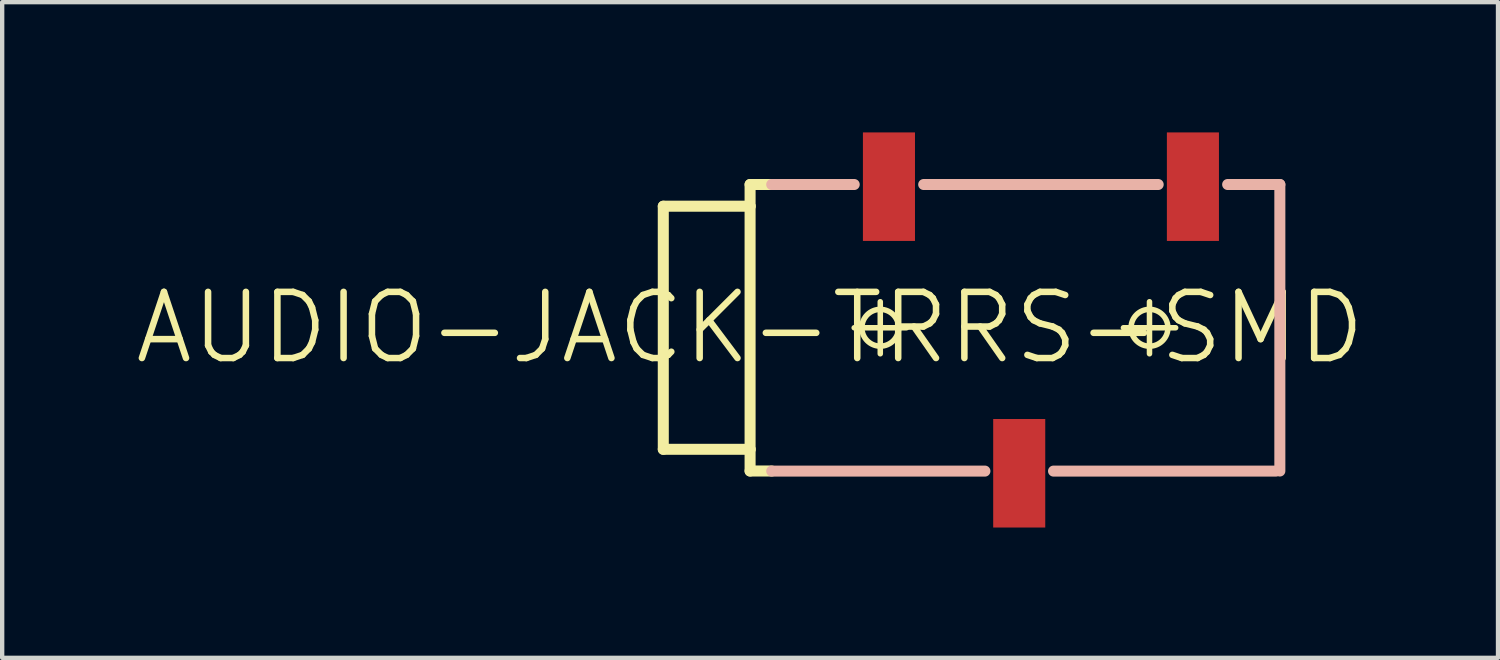
<source format=kicad_pcb>
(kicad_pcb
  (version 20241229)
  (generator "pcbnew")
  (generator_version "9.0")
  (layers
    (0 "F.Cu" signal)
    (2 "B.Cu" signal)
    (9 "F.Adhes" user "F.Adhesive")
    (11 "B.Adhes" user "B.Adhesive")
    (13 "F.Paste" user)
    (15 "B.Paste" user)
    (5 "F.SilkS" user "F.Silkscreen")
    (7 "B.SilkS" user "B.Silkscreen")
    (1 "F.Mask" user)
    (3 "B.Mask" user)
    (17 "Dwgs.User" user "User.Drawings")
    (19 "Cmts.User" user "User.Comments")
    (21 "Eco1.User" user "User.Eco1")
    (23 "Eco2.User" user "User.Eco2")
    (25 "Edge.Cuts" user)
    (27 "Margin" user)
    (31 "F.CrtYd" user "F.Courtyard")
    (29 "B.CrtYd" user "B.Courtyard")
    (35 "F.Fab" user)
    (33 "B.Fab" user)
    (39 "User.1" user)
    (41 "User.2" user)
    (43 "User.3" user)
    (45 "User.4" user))
  (footprint "AUDIO-JACK-TRRS-SMD"
    (layer "F.Cu")
    (at 14.224 4.498)
    (property "Reference" "AUDIO-JACK-TRRS-SMD" (at 0 0 0) (layer "F.SilkS") (effects (font (size 1.524 1.524) (thickness 0.15))))
    (attr smd)
    (fp_line (start -1.999 -2.799) (end -1.999 2.799) (stroke (width 0.254) (type solid)) (layer "F.SilkS"))
    (fp_line (start -1.999 2.799) (end 0 2.799) (stroke (width 0.254) (type solid)) (layer "F.SilkS"))
    (fp_line (start 0 -3.299) (end 0 -2.799) (stroke (width 0.254) (type solid)) (layer "F.SilkS"))
    (fp_line (start 0 -2.799) (end -1.999 -2.799) (stroke (width 0.254) (type solid)) (layer "F.SilkS"))
    (fp_line (start 0 -2.799) (end 0 2.799) (stroke (width 0.254) (type solid)) (layer "F.SilkS"))
    (fp_line (start 0 2.799) (end 0 3.299) (stroke (width 0.254) (type solid)) (layer "F.SilkS"))
    (fp_line (start 0 3.299) (end 0.498 3.299) (stroke (width 0.254) (type solid)) (layer "F.SilkS"))
    (fp_line (start 0.498 -3.299) (end 0 -3.299) (stroke (width 0.254) (type solid)) (layer "F.SilkS"))
    (fp_line (start 2.398 0) (end 3.6 0) (stroke (width 0.127) (type solid)) (layer "F.SilkS"))
    (fp_line (start 2.998 0.599) (end 2.998 -0.599) (stroke (width 0.127) (type solid)) (layer "F.SilkS"))
    (fp_line (start 8.598 0) (end 9.8 0) (stroke (width 0.127) (type solid)) (layer "F.SilkS"))
    (fp_line (start 9.198 0.599) (end 9.198 -0.599) (stroke (width 0.127) (type solid)) (layer "F.SilkS"))
    (fp_circle (center 2.998 0) (end 3.297 0.3) (stroke (width 0.127) (type solid)) (fill no) (layer "F.SilkS"))
    (fp_circle (center 9.198 0) (end 9.498 0.3) (stroke (width 0.127) (type solid)) (fill no) (layer "F.SilkS"))
    (fp_line (start 0.498 -3.299) (end 2.398 -3.299) (stroke (width 0.254) (type solid)) (layer "B.SilkS"))
    (fp_line (start 0.498 3.301) (end 5.408 3.301) (stroke (width 0.254) (type solid)) (layer "B.SilkS"))
    (fp_line (start 3.998 -3.299) (end 9.398 -3.299) (stroke (width 0.254) (type solid)) (layer "B.SilkS"))
    (fp_line (start 6.988 3.301) (end 12.108 3.301) (stroke (width 0.254) (type solid)) (layer "B.SilkS"))
    (fp_line (start 12.2 -3.299) (end 10.998 -3.299) (stroke (width 0.254) (type solid)) (layer "B.SilkS"))
    (fp_line (start 12.2 -3.299) (end 12.2 3.299) (stroke (width 0.254) (type solid)) (layer "B.SilkS"))
    (pad "RING" smd rect (at 3.198 -3.249 180) (size 1.199 2.499) (layers "F.Cu" "F.Mask" "F.Paste"))
    (pad "RING" smd rect (at 6.198 3.351) (size 1.199 2.499) (layers "F.Cu" "F.Mask" "F.Paste"))
    (pad "TIP" smd rect (at 10.198 -3.249) (size 1.199 2.499) (layers "F.Cu" "F.Mask" "F.Paste")))
  (gr_rect
    (start -3 -3)
    (end 31.448 12.099)
    (stroke (width 0.1) (type default))
    (fill no)
    (layer "Edge.Cuts")))
</source>
